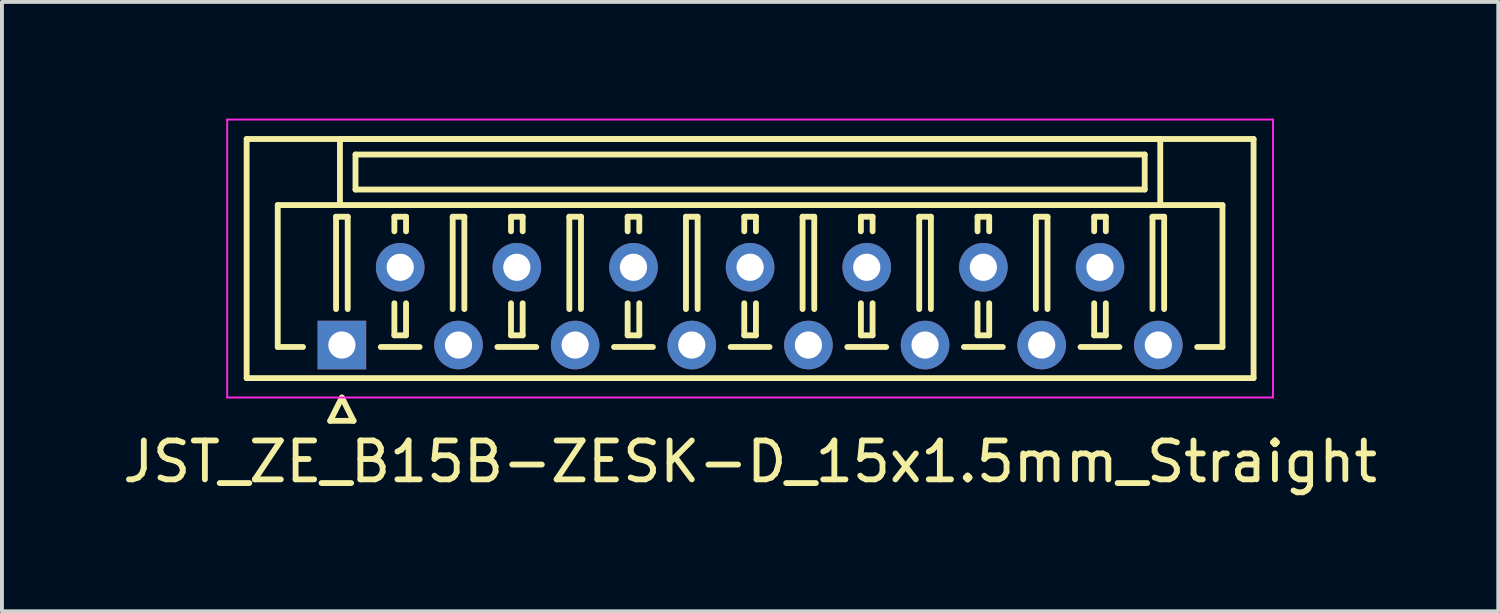
<source format=kicad_pcb>
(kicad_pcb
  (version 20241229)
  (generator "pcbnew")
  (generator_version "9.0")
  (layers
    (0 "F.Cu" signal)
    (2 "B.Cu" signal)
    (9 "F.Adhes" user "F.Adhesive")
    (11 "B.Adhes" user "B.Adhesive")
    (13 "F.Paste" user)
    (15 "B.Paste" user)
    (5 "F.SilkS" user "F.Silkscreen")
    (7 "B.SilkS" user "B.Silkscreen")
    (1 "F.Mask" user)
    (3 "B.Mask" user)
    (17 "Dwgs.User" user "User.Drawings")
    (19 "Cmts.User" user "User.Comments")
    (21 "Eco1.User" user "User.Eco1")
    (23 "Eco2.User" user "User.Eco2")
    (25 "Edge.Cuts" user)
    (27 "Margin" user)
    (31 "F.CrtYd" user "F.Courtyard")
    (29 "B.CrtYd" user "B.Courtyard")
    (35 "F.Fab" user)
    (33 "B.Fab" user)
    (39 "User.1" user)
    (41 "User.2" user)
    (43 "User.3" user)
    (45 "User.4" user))
  (footprint "JST_ZE_B15B-ZESK-D_15x1.5mm_Straight"
    (layer "F.Cu")
    (at 5.744 5.825)
    (property "Reference" "JST_ZE_B15B-ZESK-D_15x1.5mm_Straight" (at 10.5 3 0) (layer "F.SilkS") (effects (font (size 1 1) (thickness 0.15))))
    (attr through_hole)
    (fp_line (start -2.45 -5.3) (end -2.45 0.85) (stroke (width 0.15) (type solid)) (layer "F.SilkS"))
    (fp_line (start -2.45 0.85) (end 23.45 0.85) (stroke (width 0.15) (type solid)) (layer "F.SilkS"))
    (fp_line (start -1.65 -3.6) (end -1.65 0.05) (stroke (width 0.15) (type solid)) (layer "F.SilkS"))
    (fp_line (start -1.65 0.05) (end -1 0.05) (stroke (width 0.15) (type solid)) (layer "F.SilkS"))
    (fp_line (start -0.3 1.95) (end 0 1.35) (stroke (width 0.15) (type solid)) (layer "F.SilkS"))
    (fp_line (start -0.15 -3.3) (end 0.15 -3.3) (stroke (width 0.15) (type solid)) (layer "F.SilkS"))
    (fp_line (start -0.15 -0.925) (end -0.15 -3.3) (stroke (width 0.15) (type solid)) (layer "F.SilkS"))
    (fp_line (start -0.05 -5.3) (end -0.05 -3.6) (stroke (width 0.15) (type solid)) (layer "F.SilkS"))
    (fp_line (start -0.05 -3.6) (end -1.65 -3.6) (stroke (width 0.15) (type solid)) (layer "F.SilkS"))
    (fp_line (start -0.05 -3.6) (end 21.05 -3.6) (stroke (width 0.15) (type solid)) (layer "F.SilkS"))
    (fp_line (start 0 1.35) (end 0.3 1.95) (stroke (width 0.15) (type solid)) (layer "F.SilkS"))
    (fp_line (start 0.15 -3.3) (end 0.15 -0.925) (stroke (width 0.15) (type solid)) (layer "F.SilkS"))
    (fp_line (start 0.3 1.95) (end -0.3 1.95) (stroke (width 0.15) (type solid)) (layer "F.SilkS"))
    (fp_line (start 0.35 -4.9) (end 0.35 -4) (stroke (width 0.15) (type solid)) (layer "F.SilkS"))
    (fp_line (start 0.35 -4) (end 20.65 -4) (stroke (width 0.15) (type solid)) (layer "F.SilkS"))
    (fp_line (start 1 0.05) (end 2 0.05) (stroke (width 0.15) (type solid)) (layer "F.SilkS"))
    (fp_line (start 1.35 -3.3) (end 1.65 -3.3) (stroke (width 0.15) (type solid)) (layer "F.SilkS"))
    (fp_line (start 1.35 -2.925) (end 1.35 -3.3) (stroke (width 0.15) (type solid)) (layer "F.SilkS"))
    (fp_line (start 1.35 -1.075) (end 1.35 -0.25) (stroke (width 0.15) (type solid)) (layer "F.SilkS"))
    (fp_line (start 1.35 -0.25) (end 1.65 -0.25) (stroke (width 0.15) (type solid)) (layer "F.SilkS"))
    (fp_line (start 1.65 -3.3) (end 1.65 -2.925) (stroke (width 0.15) (type solid)) (layer "F.SilkS"))
    (fp_line (start 1.65 -0.25) (end 1.65 -1.075) (stroke (width 0.15) (type solid)) (layer "F.SilkS"))
    (fp_line (start 2.85 -3.3) (end 3.15 -3.3) (stroke (width 0.15) (type solid)) (layer "F.SilkS"))
    (fp_line (start 2.85 -0.925) (end 2.85 -3.3) (stroke (width 0.15) (type solid)) (layer "F.SilkS"))
    (fp_line (start 3.15 -3.3) (end 3.15 -0.925) (stroke (width 0.15) (type solid)) (layer "F.SilkS"))
    (fp_line (start 4 0.05) (end 5 0.05) (stroke (width 0.15) (type solid)) (layer "F.SilkS"))
    (fp_line (start 4.35 -3.3) (end 4.65 -3.3) (stroke (width 0.15) (type solid)) (layer "F.SilkS"))
    (fp_line (start 4.35 -2.925) (end 4.35 -3.3) (stroke (width 0.15) (type solid)) (layer "F.SilkS"))
    (fp_line (start 4.35 -1.075) (end 4.35 -0.25) (stroke (width 0.15) (type solid)) (layer "F.SilkS"))
    (fp_line (start 4.35 -0.25) (end 4.65 -0.25) (stroke (width 0.15) (type solid)) (layer "F.SilkS"))
    (fp_line (start 4.65 -3.3) (end 4.65 -2.925) (stroke (width 0.15) (type solid)) (layer "F.SilkS"))
    (fp_line (start 4.65 -0.25) (end 4.65 -1.075) (stroke (width 0.15) (type solid)) (layer "F.SilkS"))
    (fp_line (start 5.85 -3.3) (end 6.15 -3.3) (stroke (width 0.15) (type solid)) (layer "F.SilkS"))
    (fp_line (start 5.85 -0.925) (end 5.85 -3.3) (stroke (width 0.15) (type solid)) (layer "F.SilkS"))
    (fp_line (start 6.15 -3.3) (end 6.15 -0.925) (stroke (width 0.15) (type solid)) (layer "F.SilkS"))
    (fp_line (start 7 0.05) (end 8 0.05) (stroke (width 0.15) (type solid)) (layer "F.SilkS"))
    (fp_line (start 7.35 -3.3) (end 7.65 -3.3) (stroke (width 0.15) (type solid)) (layer "F.SilkS"))
    (fp_line (start 7.35 -2.925) (end 7.35 -3.3) (stroke (width 0.15) (type solid)) (layer "F.SilkS"))
    (fp_line (start 7.35 -1.075) (end 7.35 -0.25) (stroke (width 0.15) (type solid)) (layer "F.SilkS"))
    (fp_line (start 7.35 -0.25) (end 7.65 -0.25) (stroke (width 0.15) (type solid)) (layer "F.SilkS"))
    (fp_line (start 7.65 -3.3) (end 7.65 -2.925) (stroke (width 0.15) (type solid)) (layer "F.SilkS"))
    (fp_line (start 7.65 -0.25) (end 7.65 -1.075) (stroke (width 0.15) (type solid)) (layer "F.SilkS"))
    (fp_line (start 8.85 -3.3) (end 9.15 -3.3) (stroke (width 0.15) (type solid)) (layer "F.SilkS"))
    (fp_line (start 8.85 -0.925) (end 8.85 -3.3) (stroke (width 0.15) (type solid)) (layer "F.SilkS"))
    (fp_line (start 9.15 -3.3) (end 9.15 -0.925) (stroke (width 0.15) (type solid)) (layer "F.SilkS"))
    (fp_line (start 10 0.05) (end 11 0.05) (stroke (width 0.15) (type solid)) (layer "F.SilkS"))
    (fp_line (start 10.35 -3.3) (end 10.65 -3.3) (stroke (width 0.15) (type solid)) (layer "F.SilkS"))
    (fp_line (start 10.35 -2.925) (end 10.35 -3.3) (stroke (width 0.15) (type solid)) (layer "F.SilkS"))
    (fp_line (start 10.35 -1.075) (end 10.35 -0.25) (stroke (width 0.15) (type solid)) (layer "F.SilkS"))
    (fp_line (start 10.35 -0.25) (end 10.65 -0.25) (stroke (width 0.15) (type solid)) (layer "F.SilkS"))
    (fp_line (start 10.65 -3.3) (end 10.65 -2.925) (stroke (width 0.15) (type solid)) (layer "F.SilkS"))
    (fp_line (start 10.65 -0.25) (end 10.65 -1.075) (stroke (width 0.15) (type solid)) (layer "F.SilkS"))
    (fp_line (start 11.85 -3.3) (end 12.15 -3.3) (stroke (width 0.15) (type solid)) (layer "F.SilkS"))
    (fp_line (start 11.85 -0.925) (end 11.85 -3.3) (stroke (width 0.15) (type solid)) (layer "F.SilkS"))
    (fp_line (start 12.15 -3.3) (end 12.15 -0.925) (stroke (width 0.15) (type solid)) (layer "F.SilkS"))
    (fp_line (start 13 0.05) (end 14 0.05) (stroke (width 0.15) (type solid)) (layer "F.SilkS"))
    (fp_line (start 13.35 -3.3) (end 13.65 -3.3) (stroke (width 0.15) (type solid)) (layer "F.SilkS"))
    (fp_line (start 13.35 -2.925) (end 13.35 -3.3) (stroke (width 0.15) (type solid)) (layer "F.SilkS"))
    (fp_line (start 13.35 -1.075) (end 13.35 -0.25) (stroke (width 0.15) (type solid)) (layer "F.SilkS"))
    (fp_line (start 13.35 -0.25) (end 13.65 -0.25) (stroke (width 0.15) (type solid)) (layer "F.SilkS"))
    (fp_line (start 13.65 -3.3) (end 13.65 -2.925) (stroke (width 0.15) (type solid)) (layer "F.SilkS"))
    (fp_line (start 13.65 -0.25) (end 13.65 -1.075) (stroke (width 0.15) (type solid)) (layer "F.SilkS"))
    (fp_line (start 14.85 -3.3) (end 15.15 -3.3) (stroke (width 0.15) (type solid)) (layer "F.SilkS"))
    (fp_line (start 14.85 -0.925) (end 14.85 -3.3) (stroke (width 0.15) (type solid)) (layer "F.SilkS"))
    (fp_line (start 15.15 -3.3) (end 15.15 -0.925) (stroke (width 0.15) (type solid)) (layer "F.SilkS"))
    (fp_line (start 16 0.05) (end 17 0.05) (stroke (width 0.15) (type solid)) (layer "F.SilkS"))
    (fp_line (start 16.35 -3.3) (end 16.65 -3.3) (stroke (width 0.15) (type solid)) (layer "F.SilkS"))
    (fp_line (start 16.35 -2.925) (end 16.35 -3.3) (stroke (width 0.15) (type solid)) (layer "F.SilkS"))
    (fp_line (start 16.35 -1.075) (end 16.35 -0.25) (stroke (width 0.15) (type solid)) (layer "F.SilkS"))
    (fp_line (start 16.35 -0.25) (end 16.65 -0.25) (stroke (width 0.15) (type solid)) (layer "F.SilkS"))
    (fp_line (start 16.65 -3.3) (end 16.65 -2.925) (stroke (width 0.15) (type solid)) (layer "F.SilkS"))
    (fp_line (start 16.65 -0.25) (end 16.65 -1.075) (stroke (width 0.15) (type solid)) (layer "F.SilkS"))
    (fp_line (start 17.85 -3.3) (end 18.15 -3.3) (stroke (width 0.15) (type solid)) (layer "F.SilkS"))
    (fp_line (start 17.85 -0.925) (end 17.85 -3.3) (stroke (width 0.15) (type solid)) (layer "F.SilkS"))
    (fp_line (start 18.15 -3.3) (end 18.15 -0.925) (stroke (width 0.15) (type solid)) (layer "F.SilkS"))
    (fp_line (start 19 0.05) (end 20 0.05) (stroke (width 0.15) (type solid)) (layer "F.SilkS"))
    (fp_line (start 19.35 -3.3) (end 19.65 -3.3) (stroke (width 0.15) (type solid)) (layer "F.SilkS"))
    (fp_line (start 19.35 -2.925) (end 19.35 -3.3) (stroke (width 0.15) (type solid)) (layer "F.SilkS"))
    (fp_line (start 19.35 -1.075) (end 19.35 -0.25) (stroke (width 0.15) (type solid)) (layer "F.SilkS"))
    (fp_line (start 19.35 -0.25) (end 19.65 -0.25) (stroke (width 0.15) (type solid)) (layer "F.SilkS"))
    (fp_line (start 19.65 -3.3) (end 19.65 -2.925) (stroke (width 0.15) (type solid)) (layer "F.SilkS"))
    (fp_line (start 19.65 -0.25) (end 19.65 -1.075) (stroke (width 0.15) (type solid)) (layer "F.SilkS"))
    (fp_line (start 20.65 -4.9) (end 0.35 -4.9) (stroke (width 0.15) (type solid)) (layer "F.SilkS"))
    (fp_line (start 20.65 -4) (end 20.65 -4.9) (stroke (width 0.15) (type solid)) (layer "F.SilkS"))
    (fp_line (start 20.85 -3.3) (end 21.15 -3.3) (stroke (width 0.15) (type solid)) (layer "F.SilkS"))
    (fp_line (start 20.85 -0.925) (end 20.85 -3.3) (stroke (width 0.15) (type solid)) (layer "F.SilkS"))
    (fp_line (start 21.05 -5.3) (end -0.05 -5.3) (stroke (width 0.15) (type solid)) (layer "F.SilkS"))
    (fp_line (start 21.05 -3.6) (end 21.05 -5.3) (stroke (width 0.15) (type solid)) (layer "F.SilkS"))
    (fp_line (start 21.05 -3.6) (end 22.65 -3.6) (stroke (width 0.15) (type solid)) (layer "F.SilkS"))
    (fp_line (start 21.15 -3.3) (end 21.15 -0.925) (stroke (width 0.15) (type solid)) (layer "F.SilkS"))
    (fp_line (start 22.65 -3.6) (end 22.65 0.05) (stroke (width 0.15) (type solid)) (layer "F.SilkS"))
    (fp_line (start 22.65 0.05) (end 22 0.05) (stroke (width 0.15) (type solid)) (layer "F.SilkS"))
    (fp_line (start 23.45 -5.3) (end -2.45 -5.3) (stroke (width 0.15) (type solid)) (layer "F.SilkS"))
    (fp_line (start 23.45 0.85) (end 23.45 -5.3) (stroke (width 0.15) (type solid)) (layer "F.SilkS"))
    (fp_line (start -2.95 -5.8) (end -2.95 1.35) (stroke (width 0.05) (type solid)) (layer "F.CrtYd"))
    (fp_line (start -2.95 1.35) (end 23.95 1.35) (stroke (width 0.05) (type solid)) (layer "F.CrtYd"))
    (fp_line (start 23.95 -5.8) (end -2.95 -5.8) (stroke (width 0.05) (type solid)) (layer "F.CrtYd"))
    (fp_line (start 23.95 1.35) (end 23.95 -5.8) (stroke (width 0.05) (type solid)) (layer "F.CrtYd"))
    (pad "1" thru_hole rect (at 0 0) (size 1.25 1.25) (drill 0.7) (layers "*.Cu" "*.Mask"))
    (pad "2" thru_hole circle (at 1.5 -2) (size 1.25 1.25) (drill 0.7) (layers "*.Cu" "*.Mask"))
    (pad "3" thru_hole circle (at 3 0) (size 1.25 1.25) (drill 0.7) (layers "*.Cu" "*.Mask"))
    (pad "4" thru_hole circle (at 4.5 -2) (size 1.25 1.25) (drill 0.7) (layers "*.Cu" "*.Mask"))
    (pad "5" thru_hole circle (at 6 0) (size 1.25 1.25) (drill 0.7) (layers "*.Cu" "*.Mask"))
    (pad "6" thru_hole circle (at 7.5 -2) (size 1.25 1.25) (drill 0.7) (layers "*.Cu" "*.Mask"))
    (pad "7" thru_hole circle (at 9 0) (size 1.25 1.25) (drill 0.7) (layers "*.Cu" "*.Mask"))
    (pad "8" thru_hole circle (at 10.5 -2) (size 1.25 1.25) (drill 0.7) (layers "*.Cu" "*.Mask"))
    (pad "9" thru_hole circle (at 12 0) (size 1.25 1.25) (drill 0.7) (layers "*.Cu" "*.Mask"))
    (pad "10" thru_hole circle (at 13.5 -2) (size 1.25 1.25) (drill 0.7) (layers "*.Cu" "*.Mask"))
    (pad "11" thru_hole circle (at 15 0) (size 1.25 1.25) (drill 0.7) (layers "*.Cu" "*.Mask"))
    (pad "12" thru_hole circle (at 16.5 -2) (size 1.25 1.25) (drill 0.7) (layers "*.Cu" "*.Mask"))
    (pad "13" thru_hole circle (at 18 0) (size 1.25 1.25) (drill 0.7) (layers "*.Cu" "*.Mask"))
    (pad "14" thru_hole circle (at 19.5 -2) (size 1.25 1.25) (drill 0.7) (layers "*.Cu" "*.Mask"))
    (pad "15" thru_hole circle (at 21 0) (size 1.25 1.25) (drill 0.7) (layers "*.Cu" "*.Mask")))
  (gr_rect
    (start -3 -3)
    (end 35.488 12.673)
    (stroke (width 0.1) (type default))
    (fill no)
    (layer "Edge.Cuts")))
</source>
